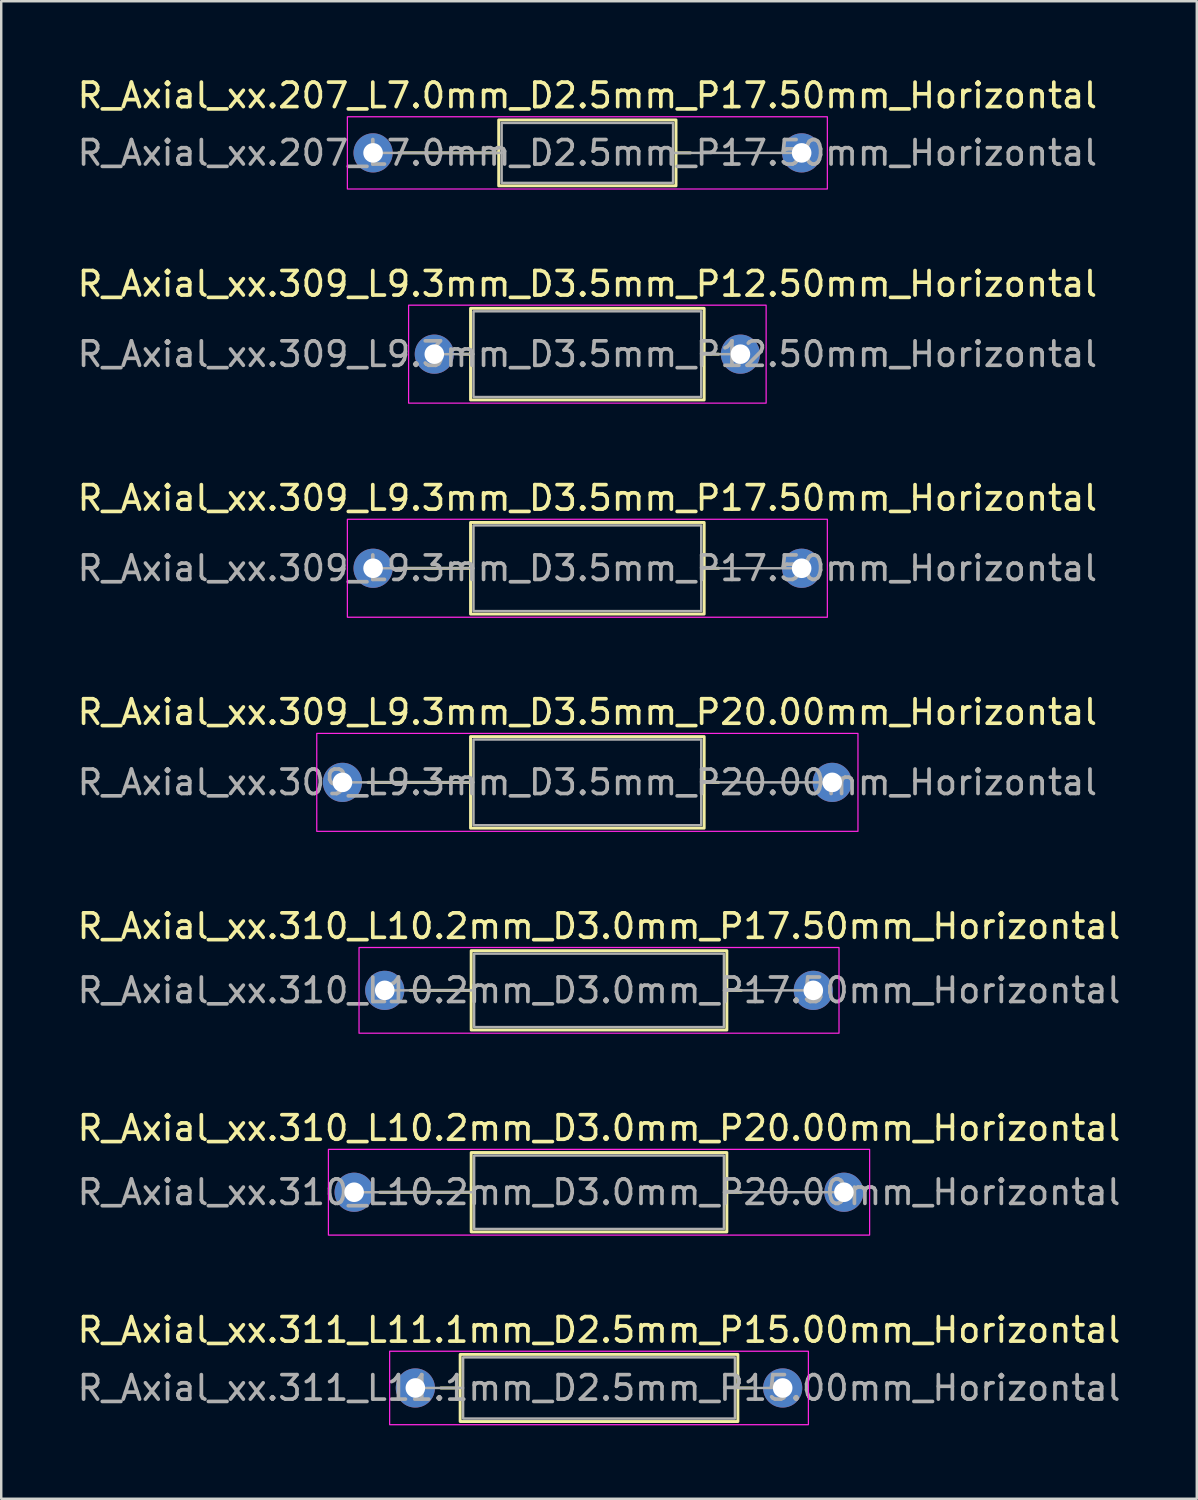
<source format=kicad_pcb>
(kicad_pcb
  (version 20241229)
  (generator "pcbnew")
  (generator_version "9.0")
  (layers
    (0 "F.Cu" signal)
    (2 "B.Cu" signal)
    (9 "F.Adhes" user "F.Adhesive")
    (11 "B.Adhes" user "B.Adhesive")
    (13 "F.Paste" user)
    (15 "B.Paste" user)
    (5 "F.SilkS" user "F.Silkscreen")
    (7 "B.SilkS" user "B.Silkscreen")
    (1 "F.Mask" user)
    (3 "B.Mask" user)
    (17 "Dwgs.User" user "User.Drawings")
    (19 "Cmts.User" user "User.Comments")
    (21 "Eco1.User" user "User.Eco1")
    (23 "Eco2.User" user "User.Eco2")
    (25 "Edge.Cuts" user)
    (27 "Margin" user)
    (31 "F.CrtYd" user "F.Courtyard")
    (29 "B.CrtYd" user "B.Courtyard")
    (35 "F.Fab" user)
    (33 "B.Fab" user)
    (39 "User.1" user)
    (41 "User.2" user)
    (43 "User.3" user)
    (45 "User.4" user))
  (footprint "R_Axial_xx.310_L10.2mm_D3.0mm_P17.50mm_Horizontal"
    (layer "F.Cu")
    (at 12.661 37.391)
    (property "Reference" "R_Axial_xx.310_L10.2mm_D3.0mm_P17.50mm_Horizontal" (at 8.75 -2.62 0) (layer "F.SilkS") (effects (font (size 1 1) (thickness 0.15))))
    (attr through_hole)
    (fp_line (start 1.04 0) (end 3.53 0) (stroke (width 0.12) (type solid)) (layer "F.SilkS"))
    (fp_line (start 14.56 0) (end 13.97 0) (stroke (width 0.12) (type solid)) (layer "F.SilkS"))
    (fp_rect (start 3.53 -1.62) (end 13.97 1.62) (stroke (width 0.12) (type solid)) (fill no) (layer "F.SilkS"))
    (fp_rect (start -1.05 -1.75) (end 18.55 1.75) (stroke (width 0.05) (type solid)) (fill no) (layer "F.CrtYd"))
    (fp_line (start 0 0) (end 3.65 0) (stroke (width 0.1) (type solid)) (layer "F.Fab"))
    (fp_line (start 17.5 0) (end 13.85 0) (stroke (width 0.1) (type solid)) (layer "F.Fab"))
    (fp_rect (start 3.65 -1.5) (end 13.85 1.5) (stroke (width 0.1) (type solid)) (fill no) (layer "F.Fab"))
    (fp_text user "${REFERENCE}" (at 8.75 0 0) (layer "F.Fab") (effects (font (size 1 1) (thickness 0.15))))
    (pad "1" thru_hole circle (at 0 0) (size 1.6 1.6) (drill 0.8) (layers "*.Cu" "*.Mask"))
    (pad "2" thru_hole oval (at 17.5 0) (size 1.6 1.6) (drill 0.8) (layers "*.Cu" "*.Mask")))
  (footprint "R_Axial_xx.310_L10.2mm_D3.0mm_P20.00mm_Horizontal"
    (layer "F.Cu")
    (at 11.411 45.635)
    (property "Reference" "R_Axial_xx.310_L10.2mm_D3.0mm_P20.00mm_Horizontal" (at 10 -2.62 0) (layer "F.SilkS") (effects (font (size 1 1) (thickness 0.15))))
    (attr through_hole)
    (fp_line (start 1.04 0) (end 4.78 0) (stroke (width 0.12) (type solid)) (layer "F.SilkS"))
    (fp_line (start 15.81 0) (end 15.22 0) (stroke (width 0.12) (type solid)) (layer "F.SilkS"))
    (fp_rect (start 4.78 -1.62) (end 15.22 1.62) (stroke (width 0.12) (type solid)) (fill no) (layer "F.SilkS"))
    (fp_rect (start -1.05 -1.75) (end 21.05 1.75) (stroke (width 0.05) (type solid)) (fill no) (layer "F.CrtYd"))
    (fp_line (start 0 0) (end 4.9 0) (stroke (width 0.1) (type solid)) (layer "F.Fab"))
    (fp_line (start 20 0) (end 15.1 0) (stroke (width 0.1) (type solid)) (layer "F.Fab"))
    (fp_rect (start 4.9 -1.5) (end 15.1 1.5) (stroke (width 0.1) (type solid)) (fill no) (layer "F.Fab"))
    (fp_text user "${REFERENCE}" (at 10 0 0) (layer "F.Fab") (effects (font (size 1 1) (thickness 0.15))))
    (pad "1" thru_hole circle (at 0 0) (size 1.6 1.6) (drill 0.8) (layers "*.Cu" "*.Mask"))
    (pad "2" thru_hole oval (at 20 0) (size 1.6 1.6) (drill 0.8) (layers "*.Cu" "*.Mask")))
  (footprint "R_Axial_xx.309_L9.3mm_D3.5mm_P20.00mm_Horizontal"
    (layer "F.Cu")
    (at 10.935 28.898)
    (property "Reference" "R_Axial_xx.309_L9.3mm_D3.5mm_P20.00mm_Horizontal" (at 10 -2.87 0) (layer "F.SilkS") (effects (font (size 1 1) (thickness 0.15))))
    (attr through_hole)
    (fp_line (start 1.04 0) (end 5.23 0) (stroke (width 0.12) (type solid)) (layer "F.SilkS"))
    (fp_line (start 15.36 0) (end 14.77 0) (stroke (width 0.12) (type solid)) (layer "F.SilkS"))
    (fp_rect (start 5.23 -1.87) (end 14.77 1.87) (stroke (width 0.12) (type solid)) (fill no) (layer "F.SilkS"))
    (fp_rect (start -1.05 -2) (end 21.05 2) (stroke (width 0.05) (type solid)) (fill no) (layer "F.CrtYd"))
    (fp_line (start 0 0) (end 5.35 0) (stroke (width 0.1) (type solid)) (layer "F.Fab"))
    (fp_line (start 20 0) (end 14.65 0) (stroke (width 0.1) (type solid)) (layer "F.Fab"))
    (fp_rect (start 5.35 -1.75) (end 14.65 1.75) (stroke (width 0.1) (type solid)) (fill no) (layer "F.Fab"))
    (fp_text user "${REFERENCE}" (at 10 0 0) (layer "F.Fab") (effects (font (size 1 1) (thickness 0.15))))
    (pad "1" thru_hole circle (at 0 0) (size 1.6 1.6) (drill 0.8) (layers "*.Cu" "*.Mask"))
    (pad "2" thru_hole oval (at 20 0) (size 1.6 1.6) (drill 0.8) (layers "*.Cu" "*.Mask")))
  (footprint "R_Axial_xx.309_L9.3mm_D3.5mm_P17.50mm_Horizontal"
    (layer "F.Cu")
    (at 12.185 20.155)
    (property "Reference" "R_Axial_xx.309_L9.3mm_D3.5mm_P17.50mm_Horizontal" (at 8.75 -2.87 0) (layer "F.SilkS") (effects (font (size 1 1) (thickness 0.15))))
    (attr through_hole)
    (fp_line (start 1.04 0) (end 3.98 0) (stroke (width 0.12) (type solid)) (layer "F.SilkS"))
    (fp_line (start 14.11 0) (end 13.52 0) (stroke (width 0.12) (type solid)) (layer "F.SilkS"))
    (fp_rect (start 3.98 -1.87) (end 13.52 1.87) (stroke (width 0.12) (type solid)) (fill no) (layer "F.SilkS"))
    (fp_rect (start -1.05 -2) (end 18.55 2) (stroke (width 0.05) (type solid)) (fill no) (layer "F.CrtYd"))
    (fp_line (start 0 0) (end 4.1 0) (stroke (width 0.1) (type solid)) (layer "F.Fab"))
    (fp_line (start 17.5 0) (end 13.4 0) (stroke (width 0.1) (type solid)) (layer "F.Fab"))
    (fp_rect (start 4.1 -1.75) (end 13.4 1.75) (stroke (width 0.1) (type solid)) (fill no) (layer "F.Fab"))
    (fp_text user "${REFERENCE}" (at 8.75 0 0) (layer "F.Fab") (effects (font (size 1 1) (thickness 0.15))))
    (pad "1" thru_hole circle (at 0 0) (size 1.6 1.6) (drill 0.8) (layers "*.Cu" "*.Mask"))
    (pad "2" thru_hole oval (at 17.5 0) (size 1.6 1.6) (drill 0.8) (layers "*.Cu" "*.Mask")))
  (footprint "R_Axial_xx.309_L9.3mm_D3.5mm_P12.50mm_Horizontal"
    (layer "F.Cu")
    (at 14.685 11.412)
    (property "Reference" "R_Axial_xx.309_L9.3mm_D3.5mm_P12.50mm_Horizontal" (at 6.25 -2.87 0) (layer "F.SilkS") (effects (font (size 1 1) (thickness 0.15))))
    (attr through_hole)
    (fp_line (start 1.04 0) (end 1.48 0) (stroke (width 0.12) (type solid)) (layer "F.SilkS"))
    (fp_line (start 11.61 0) (end 11.02 0) (stroke (width 0.12) (type solid)) (layer "F.SilkS"))
    (fp_rect (start 1.48 -1.87) (end 11.02 1.87) (stroke (width 0.12) (type solid)) (fill no) (layer "F.SilkS"))
    (fp_rect (start -1.05 -2) (end 13.55 2) (stroke (width 0.05) (type solid)) (fill no) (layer "F.CrtYd"))
    (fp_line (start 0 0) (end 1.6 0) (stroke (width 0.1) (type solid)) (layer "F.Fab"))
    (fp_line (start 12.5 0) (end 10.9 0) (stroke (width 0.1) (type solid)) (layer "F.Fab"))
    (fp_rect (start 1.6 -1.75) (end 10.9 1.75) (stroke (width 0.1) (type solid)) (fill no) (layer "F.Fab"))
    (fp_text user "${REFERENCE}" (at 6.25 0 0) (layer "F.Fab") (effects (font (size 1 1) (thickness 0.15))))
    (pad "1" thru_hole circle (at 0 0) (size 1.6 1.6) (drill 0.8) (layers "*.Cu" "*.Mask"))
    (pad "2" thru_hole oval (at 12.5 0) (size 1.6 1.6) (drill 0.8) (layers "*.Cu" "*.Mask")))
  (footprint "R_Axial_xx.311_L11.1mm_D2.5mm_P15.00mm_Horizontal"
    (layer "F.Cu")
    (at 13.911 53.628)
    (property "Reference" "R_Axial_xx.311_L11.1mm_D2.5mm_P15.00mm_Horizontal" (at 7.5 -2.37 0) (layer "F.SilkS") (effects (font (size 1 1) (thickness 0.15))))
    (attr through_hole)
    (fp_line (start 1.04 0) (end 1.83 0) (stroke (width 0.12) (type solid)) (layer "F.SilkS"))
    (fp_line (start 13.76 0) (end 13.17 0) (stroke (width 0.12) (type solid)) (layer "F.SilkS"))
    (fp_rect (start 1.83 -1.37) (end 13.17 1.37) (stroke (width 0.12) (type solid)) (fill no) (layer "F.SilkS"))
    (fp_rect (start -1.05 -1.5) (end 16.05 1.5) (stroke (width 0.05) (type solid)) (fill no) (layer "F.CrtYd"))
    (fp_line (start 0 0) (end 1.95 0) (stroke (width 0.1) (type solid)) (layer "F.Fab"))
    (fp_line (start 15 0) (end 13.05 0) (stroke (width 0.1) (type solid)) (layer "F.Fab"))
    (fp_rect (start 1.95 -1.25) (end 13.05 1.25) (stroke (width 0.1) (type solid)) (fill no) (layer "F.Fab"))
    (fp_text user "${REFERENCE}" (at 7.5 0 0) (layer "F.Fab") (effects (font (size 1 1) (thickness 0.15))))
    (pad "1" thru_hole circle (at 0 0) (size 1.6 1.6) (drill 0.8) (layers "*.Cu" "*.Mask"))
    (pad "2" thru_hole oval (at 15 0) (size 1.6 1.6) (drill 0.8) (layers "*.Cu" "*.Mask")))
  (footprint "R_Axial_xx.207_L7.0mm_D2.5mm_P17.50mm_Horizontal"
    (layer "F.Cu")
    (at 12.185 3.193)
    (property "Reference" "R_Axial_xx.207_L7.0mm_D2.5mm_P17.50mm_Horizontal" (at 8.75 -2.345 0) (layer "F.SilkS") (effects (font (size 1 1) (thickness 0.15))))
    (attr through_hole)
    (fp_line (start 1.04 0) (end 5.13 0) (stroke (width 0.12) (type solid)) (layer "F.SilkS"))
    (fp_line (start 12.96 0) (end 12.37 0) (stroke (width 0.12) (type solid)) (layer "F.SilkS"))
    (fp_rect (start 5.13 -1.345) (end 12.37 1.345) (stroke (width 0.12) (type solid)) (fill no) (layer "F.SilkS"))
    (fp_rect (start -1.05 -1.475) (end 18.55 1.475) (stroke (width 0.05) (type solid)) (fill no) (layer "F.CrtYd"))
    (fp_line (start 0 0) (end 5.25 0) (stroke (width 0.1) (type solid)) (layer "F.Fab"))
    (fp_line (start 17.5 0) (end 12.25 0) (stroke (width 0.1) (type solid)) (layer "F.Fab"))
    (fp_rect (start 5.25 -1.225) (end 12.25 1.225) (stroke (width 0.1) (type solid)) (fill no) (layer "F.Fab"))
    (fp_text user "${REFERENCE}" (at 8.75 0 0) (layer "F.Fab") (effects (font (size 1 1) (thickness 0.15))))
    (pad "1" thru_hole circle (at 0 0) (size 1.6 1.6) (drill 0.8) (layers "*.Cu" "*.Mask"))
    (pad "2" thru_hole oval (at 17.5 0) (size 1.6 1.6) (drill 0.8) (layers "*.Cu" "*.Mask")))
  (gr_rect
    (start -3 -3)
    (end 45.821 58.153)
    (stroke (width 0.1) (type default))
    (fill no)
    (layer "Edge.Cuts")))
</source>
